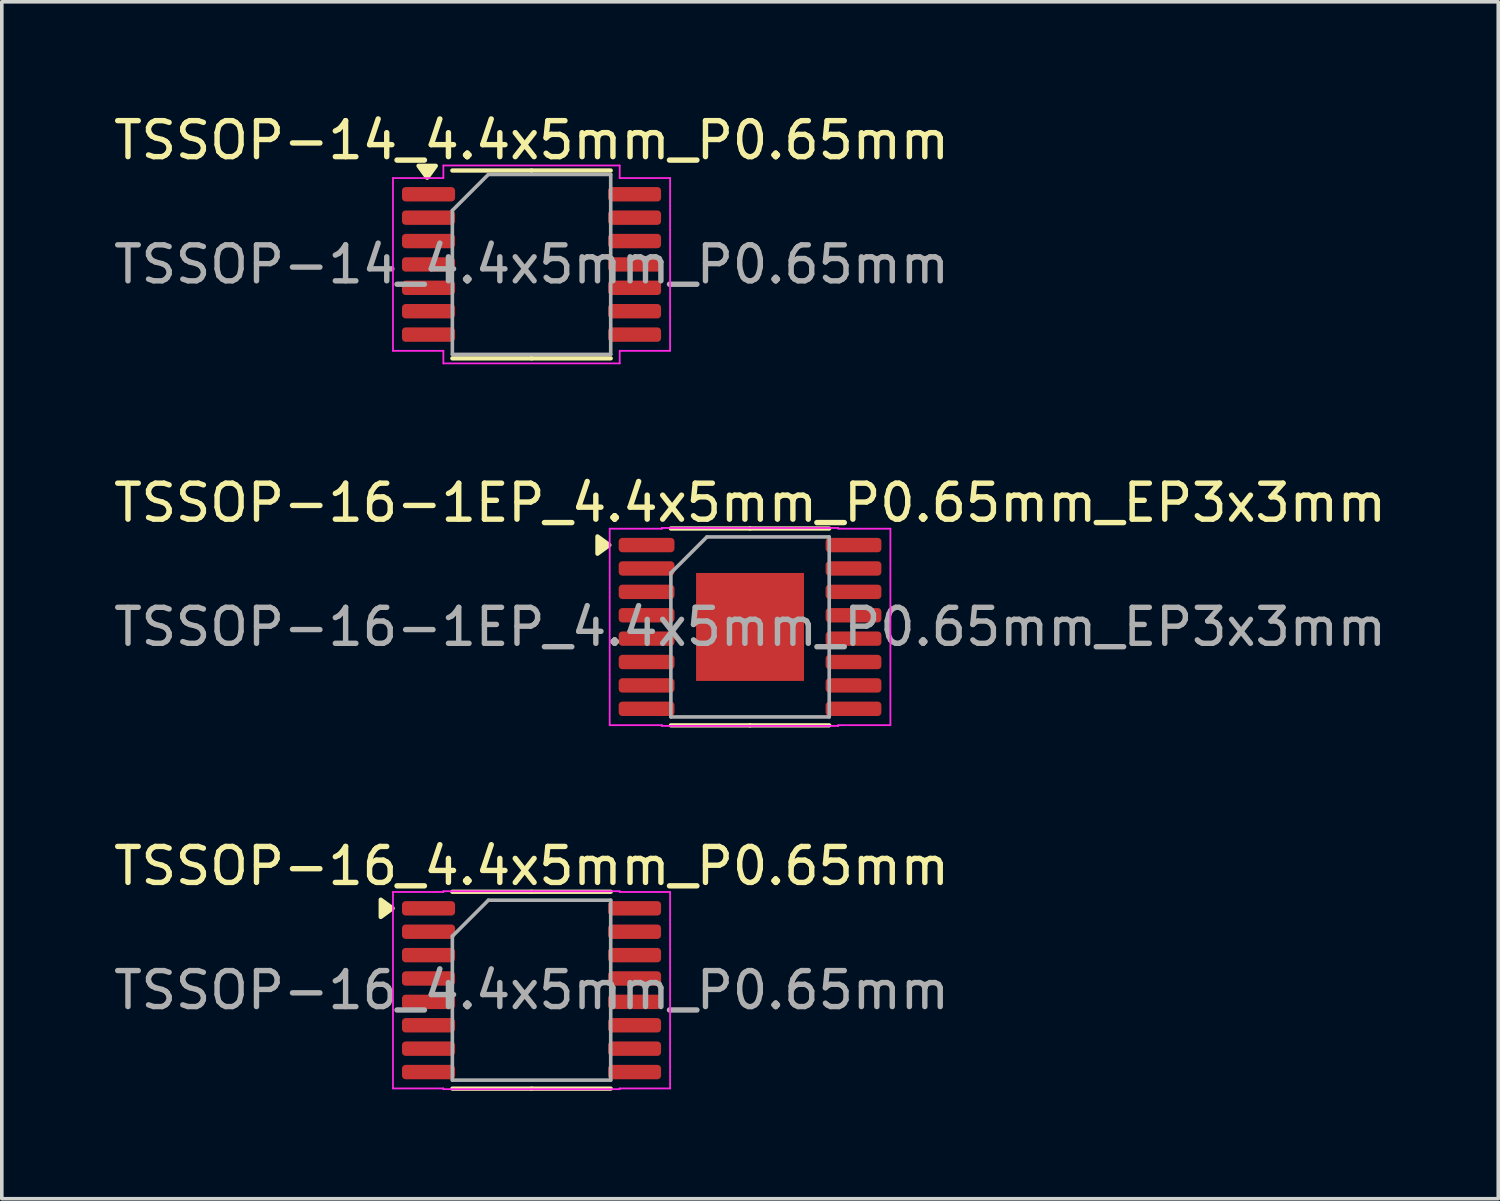
<source format=kicad_pcb>
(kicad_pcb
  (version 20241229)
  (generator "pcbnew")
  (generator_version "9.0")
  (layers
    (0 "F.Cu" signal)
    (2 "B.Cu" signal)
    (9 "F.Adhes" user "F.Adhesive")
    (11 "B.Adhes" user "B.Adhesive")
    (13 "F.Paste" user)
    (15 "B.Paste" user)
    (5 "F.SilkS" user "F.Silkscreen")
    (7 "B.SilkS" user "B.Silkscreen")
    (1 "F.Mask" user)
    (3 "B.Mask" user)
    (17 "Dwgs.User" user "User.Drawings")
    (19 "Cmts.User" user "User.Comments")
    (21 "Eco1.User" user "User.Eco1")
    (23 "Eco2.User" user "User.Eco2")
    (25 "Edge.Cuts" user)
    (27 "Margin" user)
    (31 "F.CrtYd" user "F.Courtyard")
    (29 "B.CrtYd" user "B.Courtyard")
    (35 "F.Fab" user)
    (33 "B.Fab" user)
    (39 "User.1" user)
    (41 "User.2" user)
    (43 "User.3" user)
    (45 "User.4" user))
  (footprint "TSSOP-16_4.4x5mm_P0.65mm"
    (layer "F.Cu")
    (at 11.72 24.465)
    (property "Reference" "TSSOP-16_4.4x5mm_P0.65mm" (at 0 -3.45 0) (layer "F.SilkS") (effects (font (size 1 1) (thickness 0.15))))
    (attr smd)
    (fp_line (start 0 -2.735) (end -2.2 -2.735) (stroke (width 0.12) (type solid)) (layer "F.SilkS"))
    (fp_line (start 0 -2.735) (end 2.2 -2.735) (stroke (width 0.12) (type solid)) (layer "F.SilkS"))
    (fp_line (start 0 2.735) (end -2.2 2.735) (stroke (width 0.12) (type solid)) (layer "F.SilkS"))
    (fp_line (start 0 2.735) (end 2.2 2.735) (stroke (width 0.12) (type solid)) (layer "F.SilkS"))
    (fp_poly (pts (xy -3.86 -2.275) (xy -4.19 -2.035) (xy -4.19 -2.515)) (stroke (width 0.12) (type solid)) (fill yes) (layer "F.SilkS"))
    (fp_line (start -3.85 -2.73) (end -2.45 -2.73) (stroke (width 0.05) (type solid)) (layer "F.CrtYd"))
    (fp_line (start -3.85 2.73) (end -3.85 -2.73) (stroke (width 0.05) (type solid)) (layer "F.CrtYd"))
    (fp_line (start -2.45 -2.75) (end 2.45 -2.75) (stroke (width 0.05) (type solid)) (layer "F.CrtYd"))
    (fp_line (start -2.45 -2.73) (end -2.45 -2.75) (stroke (width 0.05) (type solid)) (layer "F.CrtYd"))
    (fp_line (start -2.45 2.73) (end -3.85 2.73) (stroke (width 0.05) (type solid)) (layer "F.CrtYd"))
    (fp_line (start -2.45 2.75) (end -2.45 2.73) (stroke (width 0.05) (type solid)) (layer "F.CrtYd"))
    (fp_line (start 2.45 -2.75) (end 2.45 -2.73) (stroke (width 0.05) (type solid)) (layer "F.CrtYd"))
    (fp_line (start 2.45 -2.73) (end 3.85 -2.73) (stroke (width 0.05) (type solid)) (layer "F.CrtYd"))
    (fp_line (start 2.45 2.73) (end 2.45 2.75) (stroke (width 0.05) (type solid)) (layer "F.CrtYd"))
    (fp_line (start 2.45 2.75) (end -2.45 2.75) (stroke (width 0.05) (type solid)) (layer "F.CrtYd"))
    (fp_line (start 3.85 -2.73) (end 3.85 2.73) (stroke (width 0.05) (type solid)) (layer "F.CrtYd"))
    (fp_line (start 3.85 2.73) (end 2.45 2.73) (stroke (width 0.05) (type solid)) (layer "F.CrtYd"))
    (fp_line (start -2.2 -1.5) (end -1.2 -2.5) (stroke (width 0.1) (type solid)) (layer "F.Fab"))
    (fp_line (start -2.2 2.5) (end -2.2 -1.5) (stroke (width 0.1) (type solid)) (layer "F.Fab"))
    (fp_line (start -1.2 -2.5) (end 2.2 -2.5) (stroke (width 0.1) (type solid)) (layer "F.Fab"))
    (fp_line (start 2.2 -2.5) (end 2.2 2.5) (stroke (width 0.1) (type solid)) (layer "F.Fab"))
    (fp_line (start 2.2 2.5) (end -2.2 2.5) (stroke (width 0.1) (type solid)) (layer "F.Fab"))
    (fp_text user "${REFERENCE}" (at 0 0 0) (layer "F.Fab") (effects (font (size 1 1) (thickness 0.15))))
    (pad "1" smd roundrect (at -2.862 -2.275) (size 1.475 0.4) (layers "F.Cu" "F.Mask" "F.Paste") (roundrect_rratio 0.25))
    (pad "2" smd roundrect (at -2.862 -1.625) (size 1.475 0.4) (layers "F.Cu" "F.Mask" "F.Paste") (roundrect_rratio 0.25))
    (pad "3" smd roundrect (at -2.862 -0.975) (size 1.475 0.4) (layers "F.Cu" "F.Mask" "F.Paste") (roundrect_rratio 0.25))
    (pad "4" smd roundrect (at -2.862 -0.325) (size 1.475 0.4) (layers "F.Cu" "F.Mask" "F.Paste") (roundrect_rratio 0.25))
    (pad "5" smd roundrect (at -2.862 0.325) (size 1.475 0.4) (layers "F.Cu" "F.Mask" "F.Paste") (roundrect_rratio 0.25))
    (pad "6" smd roundrect (at -2.862 0.975) (size 1.475 0.4) (layers "F.Cu" "F.Mask" "F.Paste") (roundrect_rratio 0.25))
    (pad "7" smd roundrect (at -2.862 1.625) (size 1.475 0.4) (layers "F.Cu" "F.Mask" "F.Paste") (roundrect_rratio 0.25))
    (pad "8" smd roundrect (at -2.862 2.275) (size 1.475 0.4) (layers "F.Cu" "F.Mask" "F.Paste") (roundrect_rratio 0.25))
    (pad "9" smd roundrect (at 2.862 2.275) (size 1.475 0.4) (layers "F.Cu" "F.Mask" "F.Paste") (roundrect_rratio 0.25))
    (pad "10" smd roundrect (at 2.862 1.625) (size 1.475 0.4) (layers "F.Cu" "F.Mask" "F.Paste") (roundrect_rratio 0.25))
    (pad "11" smd roundrect (at 2.862 0.975) (size 1.475 0.4) (layers "F.Cu" "F.Mask" "F.Paste") (roundrect_rratio 0.25))
    (pad "12" smd roundrect (at 2.862 0.325) (size 1.475 0.4) (layers "F.Cu" "F.Mask" "F.Paste") (roundrect_rratio 0.25))
    (pad "13" smd roundrect (at 2.862 -0.325) (size 1.475 0.4) (layers "F.Cu" "F.Mask" "F.Paste") (roundrect_rratio 0.25))
    (pad "14" smd roundrect (at 2.862 -0.975) (size 1.475 0.4) (layers "F.Cu" "F.Mask" "F.Paste") (roundrect_rratio 0.25))
    (pad "15" smd roundrect (at 2.862 -1.625) (size 1.475 0.4) (layers "F.Cu" "F.Mask" "F.Paste") (roundrect_rratio 0.25))
    (pad "16" smd roundrect (at 2.862 -2.275) (size 1.475 0.4) (layers "F.Cu" "F.Mask" "F.Paste") (roundrect_rratio 0.25)))
  (footprint "TSSOP-14_4.4x5mm_P0.65mm"
    (layer "F.Cu")
    (at 11.72 4.298)
    (property "Reference" "TSSOP-14_4.4x5mm_P0.65mm" (at 0 -3.45 0) (layer "F.SilkS") (effects (font (size 1 1) (thickness 0.15))))
    (attr smd)
    (fp_line (start 0 -2.61) (end -2.2 -2.61) (stroke (width 0.12) (type solid)) (layer "F.SilkS"))
    (fp_line (start 0 -2.61) (end 2.2 -2.61) (stroke (width 0.12) (type solid)) (layer "F.SilkS"))
    (fp_line (start 0 2.61) (end -2.2 2.61) (stroke (width 0.12) (type solid)) (layer "F.SilkS"))
    (fp_line (start 0 2.61) (end 2.2 2.61) (stroke (width 0.12) (type solid)) (layer "F.SilkS"))
    (fp_poly (pts (xy -2.9 -2.41) (xy -3.14 -2.74) (xy -2.66 -2.74)) (stroke (width 0.12) (type solid)) (fill yes) (layer "F.SilkS"))
    (fp_line (start -3.85 -2.4) (end -2.45 -2.4) (stroke (width 0.05) (type solid)) (layer "F.CrtYd"))
    (fp_line (start -3.85 2.4) (end -3.85 -2.4) (stroke (width 0.05) (type solid)) (layer "F.CrtYd"))
    (fp_line (start -2.45 -2.75) (end 2.45 -2.75) (stroke (width 0.05) (type solid)) (layer "F.CrtYd"))
    (fp_line (start -2.45 -2.4) (end -2.45 -2.75) (stroke (width 0.05) (type solid)) (layer "F.CrtYd"))
    (fp_line (start -2.45 2.4) (end -3.85 2.4) (stroke (width 0.05) (type solid)) (layer "F.CrtYd"))
    (fp_line (start -2.45 2.75) (end -2.45 2.4) (stroke (width 0.05) (type solid)) (layer "F.CrtYd"))
    (fp_line (start 2.45 -2.75) (end 2.45 -2.4) (stroke (width 0.05) (type solid)) (layer "F.CrtYd"))
    (fp_line (start 2.45 -2.4) (end 3.85 -2.4) (stroke (width 0.05) (type solid)) (layer "F.CrtYd"))
    (fp_line (start 2.45 2.4) (end 2.45 2.75) (stroke (width 0.05) (type solid)) (layer "F.CrtYd"))
    (fp_line (start 2.45 2.75) (end -2.45 2.75) (stroke (width 0.05) (type solid)) (layer "F.CrtYd"))
    (fp_line (start 3.85 -2.4) (end 3.85 2.4) (stroke (width 0.05) (type solid)) (layer "F.CrtYd"))
    (fp_line (start 3.85 2.4) (end 2.45 2.4) (stroke (width 0.05) (type solid)) (layer "F.CrtYd"))
    (fp_line (start -2.2 -1.5) (end -1.2 -2.5) (stroke (width 0.1) (type solid)) (layer "F.Fab"))
    (fp_line (start -2.2 2.5) (end -2.2 -1.5) (stroke (width 0.1) (type solid)) (layer "F.Fab"))
    (fp_line (start -1.2 -2.5) (end 2.2 -2.5) (stroke (width 0.1) (type solid)) (layer "F.Fab"))
    (fp_line (start 2.2 -2.5) (end 2.2 2.5) (stroke (width 0.1) (type solid)) (layer "F.Fab"))
    (fp_line (start 2.2 2.5) (end -2.2 2.5) (stroke (width 0.1) (type solid)) (layer "F.Fab"))
    (fp_text user "${REFERENCE}" (at 0 0 0) (layer "F.Fab") (effects (font (size 1 1) (thickness 0.15))))
    (pad "1" smd roundrect (at -2.862 -1.95) (size 1.475 0.4) (layers "F.Cu" "F.Mask" "F.Paste") (roundrect_rratio 0.25))
    (pad "2" smd roundrect (at -2.862 -1.3) (size 1.475 0.4) (layers "F.Cu" "F.Mask" "F.Paste") (roundrect_rratio 0.25))
    (pad "3" smd roundrect (at -2.862 -0.65) (size 1.475 0.4) (layers "F.Cu" "F.Mask" "F.Paste") (roundrect_rratio 0.25))
    (pad "4" smd roundrect (at -2.862 0) (size 1.475 0.4) (layers "F.Cu" "F.Mask" "F.Paste") (roundrect_rratio 0.25))
    (pad "5" smd roundrect (at -2.862 0.65) (size 1.475 0.4) (layers "F.Cu" "F.Mask" "F.Paste") (roundrect_rratio 0.25))
    (pad "6" smd roundrect (at -2.862 1.3) (size 1.475 0.4) (layers "F.Cu" "F.Mask" "F.Paste") (roundrect_rratio 0.25))
    (pad "7" smd roundrect (at -2.862 1.95) (size 1.475 0.4) (layers "F.Cu" "F.Mask" "F.Paste") (roundrect_rratio 0.25))
    (pad "8" smd roundrect (at 2.862 1.95) (size 1.475 0.4) (layers "F.Cu" "F.Mask" "F.Paste") (roundrect_rratio 0.25))
    (pad "9" smd roundrect (at 2.862 1.3) (size 1.475 0.4) (layers "F.Cu" "F.Mask" "F.Paste") (roundrect_rratio 0.25))
    (pad "10" smd roundrect (at 2.862 0.65) (size 1.475 0.4) (layers "F.Cu" "F.Mask" "F.Paste") (roundrect_rratio 0.25))
    (pad "11" smd roundrect (at 2.862 0) (size 1.475 0.4) (layers "F.Cu" "F.Mask" "F.Paste") (roundrect_rratio 0.25))
    (pad "12" smd roundrect (at 2.862 -0.65) (size 1.475 0.4) (layers "F.Cu" "F.Mask" "F.Paste") (roundrect_rratio 0.25))
    (pad "13" smd roundrect (at 2.862 -1.3) (size 1.475 0.4) (layers "F.Cu" "F.Mask" "F.Paste") (roundrect_rratio 0.25))
    (pad "14" smd roundrect (at 2.862 -1.95) (size 1.475 0.4) (layers "F.Cu" "F.Mask" "F.Paste") (roundrect_rratio 0.25)))
  (footprint "TSSOP-16-1EP_4.4x5mm_P0.65mm_EP3x3mm"
    (layer "F.Cu")
    (at 17.792 14.371)
    (property "Reference" "TSSOP-16-1EP_4.4x5mm_P0.65mm_EP3x3mm" (at 0 -3.45 0) (layer "F.SilkS") (effects (font (size 1 1) (thickness 0.15))))
    (attr smd)
    (fp_line (start 0 -2.735) (end -2.2 -2.735) (stroke (width 0.12) (type solid)) (layer "F.SilkS"))
    (fp_line (start 0 -2.735) (end 2.2 -2.735) (stroke (width 0.12) (type solid)) (layer "F.SilkS"))
    (fp_line (start 0 2.735) (end -2.2 2.735) (stroke (width 0.12) (type solid)) (layer "F.SilkS"))
    (fp_line (start 0 2.735) (end 2.2 2.735) (stroke (width 0.12) (type solid)) (layer "F.SilkS"))
    (fp_poly (pts (xy -3.91 -2.275) (xy -4.24 -2.035) (xy -4.24 -2.515)) (stroke (width 0.12) (type solid)) (fill yes) (layer "F.SilkS"))
    (fp_line (start -3.9 -2.73) (end -2.45 -2.73) (stroke (width 0.05) (type solid)) (layer "F.CrtYd"))
    (fp_line (start -3.9 2.73) (end -3.9 -2.73) (stroke (width 0.05) (type solid)) (layer "F.CrtYd"))
    (fp_line (start -2.45 -2.75) (end 2.45 -2.75) (stroke (width 0.05) (type solid)) (layer "F.CrtYd"))
    (fp_line (start -2.45 -2.73) (end -2.45 -2.75) (stroke (width 0.05) (type solid)) (layer "F.CrtYd"))
    (fp_line (start -2.45 2.73) (end -3.9 2.73) (stroke (width 0.05) (type solid)) (layer "F.CrtYd"))
    (fp_line (start -2.45 2.75) (end -2.45 2.73) (stroke (width 0.05) (type solid)) (layer "F.CrtYd"))
    (fp_line (start 2.45 -2.75) (end 2.45 -2.73) (stroke (width 0.05) (type solid)) (layer "F.CrtYd"))
    (fp_line (start 2.45 -2.73) (end 3.9 -2.73) (stroke (width 0.05) (type solid)) (layer "F.CrtYd"))
    (fp_line (start 2.45 2.73) (end 2.45 2.75) (stroke (width 0.05) (type solid)) (layer "F.CrtYd"))
    (fp_line (start 2.45 2.75) (end -2.45 2.75) (stroke (width 0.05) (type solid)) (layer "F.CrtYd"))
    (fp_line (start 3.9 -2.73) (end 3.9 2.73) (stroke (width 0.05) (type solid)) (layer "F.CrtYd"))
    (fp_line (start 3.9 2.73) (end 2.45 2.73) (stroke (width 0.05) (type solid)) (layer "F.CrtYd"))
    (fp_line (start -2.2 -1.5) (end -1.2 -2.5) (stroke (width 0.1) (type solid)) (layer "F.Fab"))
    (fp_line (start -2.2 2.5) (end -2.2 -1.5) (stroke (width 0.1) (type solid)) (layer "F.Fab"))
    (fp_line (start -1.2 -2.5) (end 2.2 -2.5) (stroke (width 0.1) (type solid)) (layer "F.Fab"))
    (fp_line (start 2.2 -2.5) (end 2.2 2.5) (stroke (width 0.1) (type solid)) (layer "F.Fab"))
    (fp_line (start 2.2 2.5) (end -2.2 2.5) (stroke (width 0.1) (type solid)) (layer "F.Fab"))
    (fp_text user "${REFERENCE}" (at 0 0 0) (layer "F.Fab") (effects (font (size 1 1) (thickness 0.15))))
    (pad "" smd roundrect (at -0.75 -0.75) (size 1.21 1.21) (layers "F.Paste") (roundrect_rratio 0.207))
    (pad "" smd roundrect (at -0.75 0.75) (size 1.21 1.21) (layers "F.Paste") (roundrect_rratio 0.207))
    (pad "" smd roundrect (at 0.75 -0.75) (size 1.21 1.21) (layers "F.Paste") (roundrect_rratio 0.207))
    (pad "" smd roundrect (at 0.75 0.75) (size 1.21 1.21) (layers "F.Paste") (roundrect_rratio 0.207))
    (pad "1" smd roundrect (at -2.875 -2.275) (size 1.55 0.4) (layers "F.Cu" "F.Mask" "F.Paste") (roundrect_rratio 0.25))
    (pad "2" smd roundrect (at -2.875 -1.625) (size 1.55 0.4) (layers "F.Cu" "F.Mask" "F.Paste") (roundrect_rratio 0.25))
    (pad "3" smd roundrect (at -2.875 -0.975) (size 1.55 0.4) (layers "F.Cu" "F.Mask" "F.Paste") (roundrect_rratio 0.25))
    (pad "4" smd roundrect (at -2.875 -0.325) (size 1.55 0.4) (layers "F.Cu" "F.Mask" "F.Paste") (roundrect_rratio 0.25))
    (pad "5" smd roundrect (at -2.875 0.325) (size 1.55 0.4) (layers "F.Cu" "F.Mask" "F.Paste") (roundrect_rratio 0.25))
    (pad "6" smd roundrect (at -2.875 0.975) (size 1.55 0.4) (layers "F.Cu" "F.Mask" "F.Paste") (roundrect_rratio 0.25))
    (pad "7" smd roundrect (at -2.875 1.625) (size 1.55 0.4) (layers "F.Cu" "F.Mask" "F.Paste") (roundrect_rratio 0.25))
    (pad "8" smd roundrect (at -2.875 2.275) (size 1.55 0.4) (layers "F.Cu" "F.Mask" "F.Paste") (roundrect_rratio 0.25))
    (pad "9" smd roundrect (at 2.875 2.275) (size 1.55 0.4) (layers "F.Cu" "F.Mask" "F.Paste") (roundrect_rratio 0.25))
    (pad "10" smd roundrect (at 2.875 1.625) (size 1.55 0.4) (layers "F.Cu" "F.Mask" "F.Paste") (roundrect_rratio 0.25))
    (pad "11" smd roundrect (at 2.875 0.975) (size 1.55 0.4) (layers "F.Cu" "F.Mask" "F.Paste") (roundrect_rratio 0.25))
    (pad "12" smd roundrect (at 2.875 0.325) (size 1.55 0.4) (layers "F.Cu" "F.Mask" "F.Paste") (roundrect_rratio 0.25))
    (pad "13" smd roundrect (at 2.875 -0.325) (size 1.55 0.4) (layers "F.Cu" "F.Mask" "F.Paste") (roundrect_rratio 0.25))
    (pad "14" smd roundrect (at 2.875 -0.975) (size 1.55 0.4) (layers "F.Cu" "F.Mask" "F.Paste") (roundrect_rratio 0.25))
    (pad "15" smd roundrect (at 2.875 -1.625) (size 1.55 0.4) (layers "F.Cu" "F.Mask" "F.Paste") (roundrect_rratio 0.25))
    (pad "16" smd roundrect (at 2.875 -2.275) (size 1.55 0.4) (layers "F.Cu" "F.Mask" "F.Paste") (roundrect_rratio 0.25))
    (pad "17" smd rect (at 0 0) (size 3 3) (property pad_prop_heatsink) (layers "F.Cu" "F.Mask")))
  (gr_rect
    (start -3 -3)
    (end 38.583 30.26)
    (stroke (width 0.1) (type default))
    (fill no)
    (layer "Edge.Cuts")))
</source>
